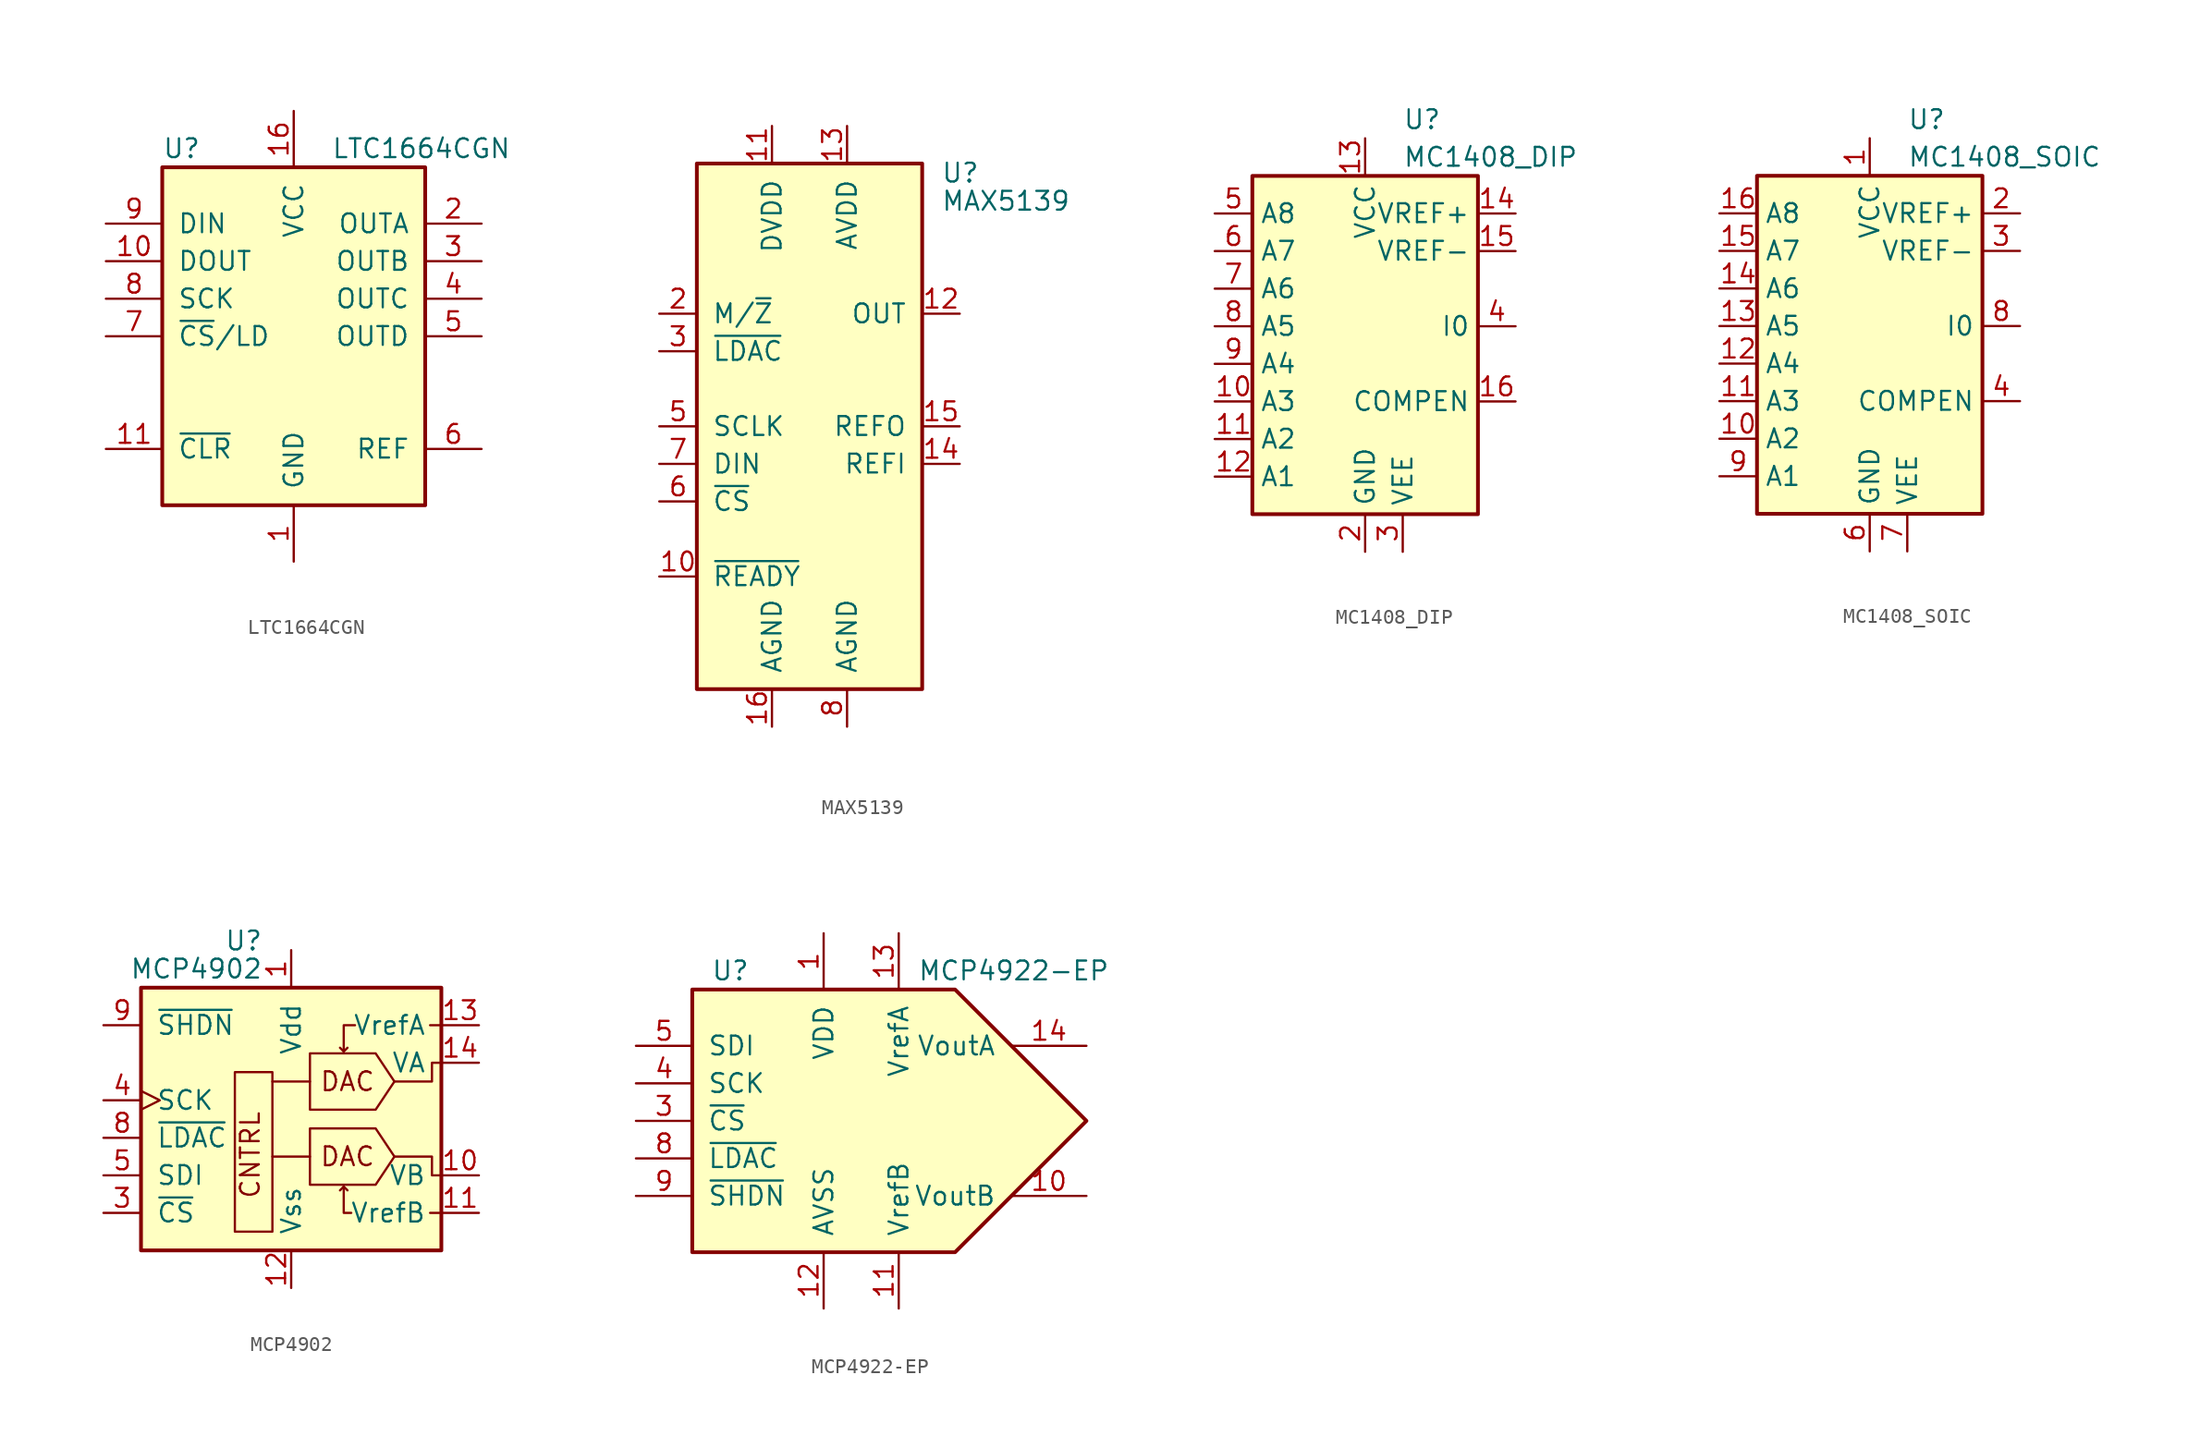
<source format=kicad_sym>
(kicad_symbol_lib
  (version 20220914)
  (generator kicad_symbol_editor)
  (symbol "LTC1664CGN"
    (pin_names
      (offset 1.016))
    (property "Reference" "U"
      (at -8.89 12.7 0)
      (effects (font (size 1.27 1.27)) (justify left)))
    (property "Value" "LTC1664CGN"
      (at 2.54 12.7 0)
      (effects (font (size 1.27 1.27)) (justify left)))
    (symbol "LTC1664CGN_0_1"
      (rectangle (start -8.89 11.43) (end 8.89 -11.43) (stroke (width 0.254) (type default)) (fill (type background))))
    (symbol "LTC1664CGN_1_1"
      (pin power_in line (at 0 -15.24 90) (length 3.81) (name "GND" (effects (font (size 1.27 1.27)))) (number "1" (effects (font (size 1.27 1.27)))))
      (pin output line (at -12.7 5.08 0) (length 3.81) (name "DOUT" (effects (font (size 1.27 1.27)))) (number "10" (effects (font (size 1.27 1.27)))))
      (pin input line (at -12.7 -7.62 0) (length 3.81) (name "~{CLR}" (effects (font (size 1.27 1.27)))) (number "11" (effects (font (size 1.27 1.27)))))
      (pin no_connect line (at -5.08 -15.24 90) (length 3.81) hide (name "NC" (effects (font (size 1.27 1.27)))) (number "12" (effects (font (size 1.27 1.27)))))
      (pin no_connect line (at -2.54 -15.24 90) (length 3.81) hide (name "NC" (effects (font (size 1.27 1.27)))) (number "13" (effects (font (size 1.27 1.27)))))
      (pin no_connect line (at 2.54 -15.24 90) (length 3.81) hide (name "NC" (effects (font (size 1.27 1.27)))) (number "14" (effects (font (size 1.27 1.27)))))
      (pin no_connect line (at 5.08 -15.24 90) (length 3.81) hide (name "NC" (effects (font (size 1.27 1.27)))) (number "15" (effects (font (size 1.27 1.27)))))
      (pin power_in line (at 0 15.24 270) (length 3.81) (name "VCC" (effects (font (size 1.27 1.27)))) (number "16" (effects (font (size 1.27 1.27)))))
      (pin output line (at 12.7 7.62 180) (length 3.81) (name "OUTA" (effects (font (size 1.27 1.27)))) (number "2" (effects (font (size 1.27 1.27)))))
      (pin output line (at 12.7 5.08 180) (length 3.81) (name "OUTB" (effects (font (size 1.27 1.27)))) (number "3" (effects (font (size 1.27 1.27)))))
      (pin output line (at 12.7 2.54 180) (length 3.81) (name "OUTC" (effects (font (size 1.27 1.27)))) (number "4" (effects (font (size 1.27 1.27)))))
      (pin output line (at 12.7 0 180) (length 3.81) (name "OUTD" (effects (font (size 1.27 1.27)))) (number "5" (effects (font (size 1.27 1.27)))))
      (pin input line (at 12.7 -7.62 180) (length 3.81) (name "REF" (effects (font (size 1.27 1.27)))) (number "6" (effects (font (size 1.27 1.27)))))
      (pin input line (at -12.7 0 0) (length 3.81) (name "~{CS}/LD" (effects (font (size 1.27 1.27)))) (number "7" (effects (font (size 1.27 1.27)))))
      (pin input line (at -12.7 2.54 0) (length 3.81) (name "SCK" (effects (font (size 1.27 1.27)))) (number "8" (effects (font (size 1.27 1.27)))))
      (pin input line (at -12.7 7.62 0) (length 3.81) (name "DIN" (effects (font (size 1.27 1.27)))) (number "9" (effects (font (size 1.27 1.27)))))))
  (symbol "MAX5139"
    (pin_names
      (offset 1.016))
    (property "Reference" "U"
      (at 8.89 17.145 0)
      (effects (font (size 1.27 1.27)) (justify left)))
    (property "Value" "MAX5139"
      (at 8.89 15.24 0)
      (effects (font (size 1.27 1.27)) (justify left)))
    (symbol "MAX5139_0_1"
      (rectangle (start -7.62 17.78) (end 7.62 -17.78) (stroke (width 0.254) (type default)) (fill (type background))))
    (symbol "MAX5139_1_1"
      (pin no_connect line (at 10.16 -10.16 180) (length 2.54) hide (name "NC" (effects (font (size 1.27 1.27)))) (number "1" (effects (font (size 1.27 1.27)))))
      (pin output line (at -10.16 -10.16 0) (length 2.54) (name "~{READY}" (effects (font (size 1.27 1.27)))) (number "10" (effects (font (size 1.27 1.27)))))
      (pin power_in line (at -2.54 20.32 270) (length 2.54) (name "DVDD" (effects (font (size 1.27 1.27)))) (number "11" (effects (font (size 1.27 1.27)))))
      (pin output line (at 10.16 7.62 180) (length 2.54) (name "OUT" (effects (font (size 1.27 1.27)))) (number "12" (effects (font (size 1.27 1.27)))))
      (pin power_in line (at 2.54 20.32 270) (length 2.54) (name "AVDD" (effects (font (size 1.27 1.27)))) (number "13" (effects (font (size 1.27 1.27)))))
      (pin input line (at 10.16 -2.54 180) (length 2.54) (name "REFI" (effects (font (size 1.27 1.27)))) (number "14" (effects (font (size 1.27 1.27)))))
      (pin output line (at 10.16 0 180) (length 2.54) (name "REFO" (effects (font (size 1.27 1.27)))) (number "15" (effects (font (size 1.27 1.27)))))
      (pin power_in line (at -2.54 -20.32 90) (length 2.54) (name "AGND" (effects (font (size 1.27 1.27)))) (number "16" (effects (font (size 1.27 1.27)))))
      (pin input line (at -10.16 7.62 0) (length 2.54) (name "M/~{Z}" (effects (font (size 1.27 1.27)))) (number "2" (effects (font (size 1.27 1.27)))))
      (pin input line (at -10.16 5.08 0) (length 2.54) (name "~{LDAC}" (effects (font (size 1.27 1.27)))) (number "3" (effects (font (size 1.27 1.27)))))
      (pin no_connect line (at 10.16 -7.62 180) (length 2.54) hide (name "NC" (effects (font (size 1.27 1.27)))) (number "4" (effects (font (size 1.27 1.27)))))
      (pin input line (at -10.16 0 0) (length 2.54) (name "SCLK" (effects (font (size 1.27 1.27)))) (number "5" (effects (font (size 1.27 1.27)))))
      (pin input line (at -10.16 -5.08 0) (length 2.54) (name "~{CS}" (effects (font (size 1.27 1.27)))) (number "6" (effects (font (size 1.27 1.27)))))
      (pin input line (at -10.16 -2.54 0) (length 2.54) (name "DIN" (effects (font (size 1.27 1.27)))) (number "7" (effects (font (size 1.27 1.27)))))
      (pin power_in line (at 2.54 -20.32 90) (length 2.54) (name "AGND" (effects (font (size 1.27 1.27)))) (number "8" (effects (font (size 1.27 1.27)))))
      (pin no_connect line (at 10.16 -5.08 180) (length 2.54) hide (name "NC" (effects (font (size 1.27 1.27)))) (number "9" (effects (font (size 1.27 1.27)))))))
  (symbol "MC1408_DIP"
    (property "Reference" "U"
      (at 2.54 16.51 0)
      (effects (font (size 1.27 1.27)) (justify left)))
    (property "Value" "MC1408_DIP"
      (at 2.54 13.97 0)
      (effects (font (size 1.27 1.27)) (justify left)))
    (symbol "MC1408_DIP_0_0"
      (rectangle (start -7.62 -10.16) (end 7.62 12.7) (stroke (width 0.254) (type default)) (fill (type background))))
    (symbol "MC1408_DIP_1_1"
      (pin no_connect line (at 10.16 -5.08 180) (length 2.54) hide (name "NC" (effects (font (size 1.27 1.27)))) (number "1" (effects (font (size 1.27 1.27)))))
      (pin input line (at -10.16 -2.54 0) (length 2.54) (name "A3" (effects (font (size 1.27 1.27)))) (number "10" (effects (font (size 1.27 1.27)))))
      (pin input line (at -10.16 -5.08 0) (length 2.54) (name "A2" (effects (font (size 1.27 1.27)))) (number "11" (effects (font (size 1.27 1.27)))))
      (pin input line (at -10.16 -7.62 0) (length 2.54) (name "A1" (effects (font (size 1.27 1.27)))) (number "12" (effects (font (size 1.27 1.27)))))
      (pin power_in line (at 0 15.24 270) (length 2.54) (name "VCC" (effects (font (size 1.27 1.27)))) (number "13" (effects (font (size 1.27 1.27)))))
      (pin output line (at 10.16 10.16 180) (length 2.54) (name "VREF+" (effects (font (size 1.27 1.27)))) (number "14" (effects (font (size 1.27 1.27)))))
      (pin output line (at 10.16 7.62 180) (length 2.54) (name "VREF-" (effects (font (size 1.27 1.27)))) (number "15" (effects (font (size 1.27 1.27)))))
      (pin passive line (at 10.16 -2.54 180) (length 2.54) (name "COMPEN" (effects (font (size 1.27 1.27)))) (number "16" (effects (font (size 1.27 1.27)))))
      (pin power_in line (at 0 -12.7 90) (length 2.54) (name "GND" (effects (font (size 1.27 1.27)))) (number "2" (effects (font (size 1.27 1.27)))))
      (pin power_in line (at 2.54 -12.7 90) (length 2.54) (name "VEE" (effects (font (size 1.27 1.27)))) (number "3" (effects (font (size 1.27 1.27)))))
      (pin input line (at 10.16 2.54 180) (length 2.54) (name "I0" (effects (font (size 1.27 1.27)))) (number "4" (effects (font (size 1.27 1.27)))))
      (pin input line (at -10.16 10.16 0) (length 2.54) (name "A8" (effects (font (size 1.27 1.27)))) (number "5" (effects (font (size 1.27 1.27)))))
      (pin input line (at -10.16 7.62 0) (length 2.54) (name "A7" (effects (font (size 1.27 1.27)))) (number "6" (effects (font (size 1.27 1.27)))))
      (pin input line (at -10.16 5.08 0) (length 2.54) (name "A6" (effects (font (size 1.27 1.27)))) (number "7" (effects (font (size 1.27 1.27)))))
      (pin input line (at -10.16 2.54 0) (length 2.54) (name "A5" (effects (font (size 1.27 1.27)))) (number "8" (effects (font (size 1.27 1.27)))))
      (pin input line (at -10.16 0 0) (length 2.54) (name "A4" (effects (font (size 1.27 1.27)))) (number "9" (effects (font (size 1.27 1.27)))))))
  (symbol "MC1408_SOIC"
    (property "Reference" "U"
      (at 2.54 16.51 0)
      (effects (font (size 1.27 1.27)) (justify left)))
    (property "Value" "MC1408_SOIC"
      (at 2.54 13.97 0)
      (effects (font (size 1.27 1.27)) (justify left)))
    (symbol "MC1408_SOIC_0_0"
      (rectangle (start -7.62 -10.16) (end 7.62 12.7) (stroke (width 0.254) (type default)) (fill (type background))))
    (symbol "MC1408_SOIC_1_1"
      (pin power_in line (at 0 15.24 270) (length 2.54) (name "VCC" (effects (font (size 1.27 1.27)))) (number "1" (effects (font (size 1.27 1.27)))))
      (pin input line (at -10.16 -5.08 0) (length 2.54) (name "A2" (effects (font (size 1.27 1.27)))) (number "10" (effects (font (size 1.27 1.27)))))
      (pin input line (at -10.16 -2.54 0) (length 2.54) (name "A3" (effects (font (size 1.27 1.27)))) (number "11" (effects (font (size 1.27 1.27)))))
      (pin input line (at -10.16 0 0) (length 2.54) (name "A4" (effects (font (size 1.27 1.27)))) (number "12" (effects (font (size 1.27 1.27)))))
      (pin input line (at -10.16 2.54 0) (length 2.54) (name "A5" (effects (font (size 1.27 1.27)))) (number "13" (effects (font (size 1.27 1.27)))))
      (pin input line (at -10.16 5.08 0) (length 2.54) (name "A6" (effects (font (size 1.27 1.27)))) (number "14" (effects (font (size 1.27 1.27)))))
      (pin input line (at -10.16 7.62 0) (length 2.54) (name "A7" (effects (font (size 1.27 1.27)))) (number "15" (effects (font (size 1.27 1.27)))))
      (pin input line (at -10.16 10.16 0) (length 2.54) (name "A8" (effects (font (size 1.27 1.27)))) (number "16" (effects (font (size 1.27 1.27)))))
      (pin output line (at 10.16 10.16 180) (length 2.54) (name "VREF+" (effects (font (size 1.27 1.27)))) (number "2" (effects (font (size 1.27 1.27)))))
      (pin output line (at 10.16 7.62 180) (length 2.54) (name "VREF-" (effects (font (size 1.27 1.27)))) (number "3" (effects (font (size 1.27 1.27)))))
      (pin passive line (at 10.16 -2.54 180) (length 2.54) (name "COMPEN" (effects (font (size 1.27 1.27)))) (number "4" (effects (font (size 1.27 1.27)))))
      (pin no_connect line (at 10.16 -5.08 180) (length 2.54) hide (name "NC" (effects (font (size 1.27 1.27)))) (number "5" (effects (font (size 1.27 1.27)))))
      (pin power_in line (at 0 -12.7 90) (length 2.54) (name "GND" (effects (font (size 1.27 1.27)))) (number "6" (effects (font (size 1.27 1.27)))))
      (pin power_in line (at 2.54 -12.7 90) (length 2.54) (name "VEE" (effects (font (size 1.27 1.27)))) (number "7" (effects (font (size 1.27 1.27)))))
      (pin input line (at 10.16 2.54 180) (length 2.54) (name "I0" (effects (font (size 1.27 1.27)))) (number "8" (effects (font (size 1.27 1.27)))))
      (pin input line (at -10.16 -7.62 0) (length 2.54) (name "A1" (effects (font (size 1.27 1.27)))) (number "9" (effects (font (size 1.27 1.27)))))))
  (symbol "MCP4902"
    (pin_names
      (offset 1.016))
    (property "Reference" "U"
      (at -1.905 10.795 0)
      (effects (font (size 1.27 1.27)) (justify right)))
    (property "Value" "MCP4902"
      (at -1.905 8.89 0)
      (effects (font (size 1.27 1.27)) (justify right)))
    (symbol "MCP4902_0_0"
      (polyline (pts (xy 3.556 -5.842) (xy 3.302 -6.096)) (stroke (width 0) (type default)) (fill (type none)))
      (polyline (pts (xy 3.556 -5.842) (xy 3.81 -6.096)) (stroke (width 0) (type default)) (fill (type none)))
      (polyline (pts (xy 3.556 3.302) (xy 3.302 3.556)) (stroke (width 0) (type default)) (fill (type none)))
      (polyline (pts (xy 3.556 3.302) (xy 3.81 3.556)) (stroke (width 0) (type default)) (fill (type none)))
      (polyline (pts (xy 10.16 -7.62) (xy 9.398 -7.62)) (stroke (width 0) (type default)) (fill (type none)))
      (polyline (pts (xy 10.16 5.08) (xy 9.398 5.08)) (stroke (width 0) (type default)) (fill (type none)))
      (polyline (pts (xy 4.064 -7.62) (xy 3.556 -7.62) (xy 3.556 -5.842)) (stroke (width 0) (type default)) (fill (type none)))
      (polyline (pts (xy 4.318 5.08) (xy 3.556 5.08) (xy 3.556 3.302)) (stroke (width 0) (type default)) (fill (type none)))
      (polyline (pts (xy 6.985 -3.81) (xy 9.525 -3.81) (xy 9.525 -5.08) (xy 10.16 -5.08)) (stroke (width 0) (type default)) (fill (type none)))
      (polyline (pts (xy 6.985 1.27) (xy 9.525 1.27) (xy 9.525 2.54) (xy 10.16 2.54)) (stroke (width 0) (type default)) (fill (type none)))
      (text "CNTRL" (at -2.032 -6.731 900) (effects (font (size 1.27 1.27)) (justify left bottom)))
      (text "DAC" (at 3.81 -3.81 0) (effects (font (size 1.27 1.27))))
      (text "DAC" (at 3.81 1.27 0) (effects (font (size 1.27 1.27)))))
    (symbol "MCP4902_0_1"
      (rectangle (start -10.16 7.62) (end 10.16 -10.16) (stroke (width 0.254) (type default)) (fill (type background)))
      (rectangle (start -1.27 -8.89) (end -3.81 1.905) (stroke (width 0) (type default)) (fill (type none)))
      (polyline (pts (xy 1.27 -3.81) (xy -1.27 -3.81)) (stroke (width 0) (type default)) (fill (type none)))
      (polyline (pts (xy 1.27 1.27) (xy -1.27 1.27)) (stroke (width 0) (type default)) (fill (type none)))
      (polyline (pts (xy 6.985 -3.81) (xy 5.715 -1.905) (xy 1.27 -1.905) (xy 1.27 -5.715) (xy 5.715 -5.715) (xy 6.985 -3.81)) (stroke (width 0) (type default)) (fill (type none)))
      (polyline (pts (xy 6.985 1.27) (xy 5.715 3.175) (xy 1.27 3.175) (xy 1.27 -0.635) (xy 5.715 -0.635) (xy 6.985 1.27)) (stroke (width 0) (type default)) (fill (type none))))
    (symbol "MCP4902_1_1"
      (pin power_in line (at 0 10.16 270) (length 2.54) (name "Vdd" (effects (font (size 1.27 1.27)))) (number "1" (effects (font (size 1.27 1.27)))))
      (pin output line (at 12.7 -5.08 180) (length 2.54) (name "VB" (effects (font (size 1.27 1.27)))) (number "10" (effects (font (size 1.27 1.27)))))
      (pin input line (at 12.7 -7.62 180) (length 2.54) (name "VrefB" (effects (font (size 1.27 1.27)))) (number "11" (effects (font (size 1.27 1.27)))))
      (pin power_in line (at 0 -12.7 90) (length 2.54) (name "Vss" (effects (font (size 1.27 1.27)))) (number "12" (effects (font (size 1.27 1.27)))))
      (pin input line (at 12.7 5.08 180) (length 2.54) (name "VrefA" (effects (font (size 1.27 1.27)))) (number "13" (effects (font (size 1.27 1.27)))))
      (pin output line (at 12.7 2.54 180) (length 2.54) (name "VA" (effects (font (size 1.27 1.27)))) (number "14" (effects (font (size 1.27 1.27)))))
      (pin no_connect line (at -7.62 -12.7 90) (length 2.54) hide (name "NC" (effects (font (size 1.27 1.27)))) (number "2" (effects (font (size 1.27 1.27)))))
      (pin input line (at -12.7 -7.62 0) (length 2.54) (name "~{CS}" (effects (font (size 1.27 1.27)))) (number "3" (effects (font (size 1.27 1.27)))))
      (pin input clock (at -12.7 0 0) (length 2.54) (name "SCK" (effects (font (size 1.27 1.27)))) (number "4" (effects (font (size 1.27 1.27)))))
      (pin input line (at -12.7 -5.08 0) (length 2.54) (name "SDI" (effects (font (size 1.27 1.27)))) (number "5" (effects (font (size 1.27 1.27)))))
      (pin no_connect line (at -5.08 -12.7 90) (length 2.54) hide (name "NC" (effects (font (size 1.27 1.27)))) (number "6" (effects (font (size 1.27 1.27)))))
      (pin no_connect line (at -2.54 -12.7 90) (length 2.54) hide (name "NC" (effects (font (size 1.27 1.27)))) (number "7" (effects (font (size 1.27 1.27)))))
      (pin input line (at -12.7 -2.54 0) (length 2.54) (name "~{LDAC}" (effects (font (size 1.27 1.27)))) (number "8" (effects (font (size 1.27 1.27)))))
      (pin output line (at -12.7 5.08 0) (length 2.54) (name "~{SHDN}" (effects (font (size 1.27 1.27)))) (number "9" (effects (font (size 1.27 1.27)))))))
  (symbol "MCP4922-EP"
    (pin_names
      (offset 1.016))
    (property "Reference" "U"
      (at -10.16 10.16 0)
      (effects (font (size 1.27 1.27)) (justify left)))
    (property "Value" "MCP4922-EP"
      (at 3.81 10.16 0)
      (effects (font (size 1.27 1.27)) (justify left)))
    (symbol "MCP4922-EP_0_1"
      (polyline (pts (xy -11.43 8.89) (xy 6.35 8.89) (xy 15.24 0) (xy 6.35 -8.89) (xy -11.43 -8.89) (xy -11.43 8.89)) (stroke (width 0.254) (type default)) (fill (type background))))
    (symbol "MCP4922-EP_1_1"
      (pin power_in line (at -2.54 12.7 270) (length 3.81) (name "VDD" (effects (font (size 1.27 1.27)))) (number "1" (effects (font (size 1.27 1.27)))))
      (pin passive line (at 15.24 -5.08 180) (length 5.08) (name "VoutB" (effects (font (size 1.27 1.27)))) (number "10" (effects (font (size 1.27 1.27)))))
      (pin passive line (at 2.54 -12.7 90) (length 3.81) (name "VrefB" (effects (font (size 1.27 1.27)))) (number "11" (effects (font (size 1.27 1.27)))))
      (pin power_in line (at -2.54 -12.7 90) (length 3.81) (name "AVSS" (effects (font (size 1.27 1.27)))) (number "12" (effects (font (size 1.27 1.27)))))
      (pin passive line (at 2.54 12.7 270) (length 3.81) (name "VrefA" (effects (font (size 1.27 1.27)))) (number "13" (effects (font (size 1.27 1.27)))))
      (pin passive line (at 15.24 5.08 180) (length 5.08) (name "VoutA" (effects (font (size 1.27 1.27)))) (number "14" (effects (font (size 1.27 1.27)))))
      (pin no_connect line (at -5.08 -12.7 90) (length 2.54) hide (name "NC" (effects (font (size 1.27 1.27)))) (number "2" (effects (font (size 1.27 1.27)))))
      (pin input line (at -15.24 0 0) (length 3.81) (name "~{CS}" (effects (font (size 1.27 1.27)))) (number "3" (effects (font (size 1.27 1.27)))))
      (pin input line (at -15.24 2.54 0) (length 3.81) (name "SCK" (effects (font (size 1.27 1.27)))) (number "4" (effects (font (size 1.27 1.27)))))
      (pin input line (at -15.24 5.08 0) (length 3.81) (name "SDI" (effects (font (size 1.27 1.27)))) (number "5" (effects (font (size 1.27 1.27)))))
      (pin no_connect line (at -7.62 -12.7 90) (length 2.54) hide (name "NC" (effects (font (size 1.27 1.27)))) (number "6" (effects (font (size 1.27 1.27)))))
      (pin no_connect line (at -10.16 -12.7 90) (length 2.54) hide (name "NC" (effects (font (size 1.27 1.27)))) (number "7" (effects (font (size 1.27 1.27)))))
      (pin input line (at -15.24 -2.54 0) (length 3.81) (name "~{LDAC}" (effects (font (size 1.27 1.27)))) (number "8" (effects (font (size 1.27 1.27)))))
      (pin input line (at -15.24 -5.08 0) (length 3.81) (name "~{SHDN}" (effects (font (size 1.27 1.27)))) (number "9" (effects (font (size 1.27 1.27))))))))
</source>
